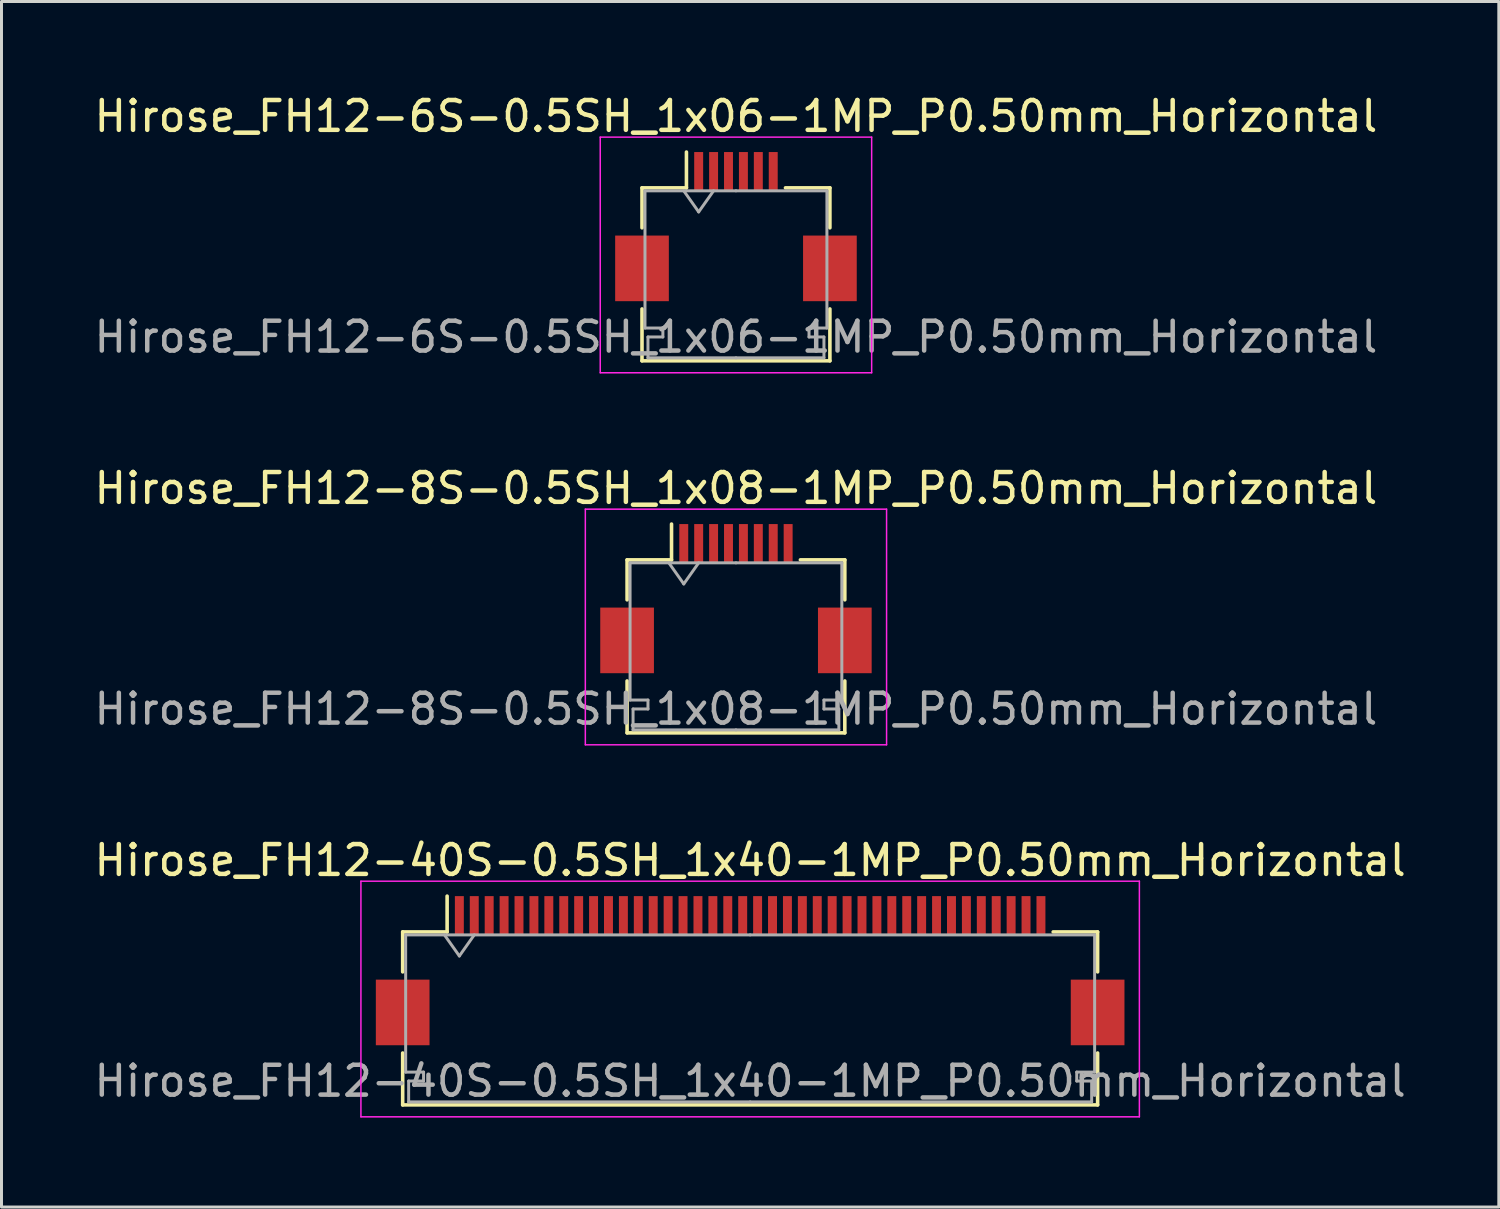
<source format=kicad_pcb>
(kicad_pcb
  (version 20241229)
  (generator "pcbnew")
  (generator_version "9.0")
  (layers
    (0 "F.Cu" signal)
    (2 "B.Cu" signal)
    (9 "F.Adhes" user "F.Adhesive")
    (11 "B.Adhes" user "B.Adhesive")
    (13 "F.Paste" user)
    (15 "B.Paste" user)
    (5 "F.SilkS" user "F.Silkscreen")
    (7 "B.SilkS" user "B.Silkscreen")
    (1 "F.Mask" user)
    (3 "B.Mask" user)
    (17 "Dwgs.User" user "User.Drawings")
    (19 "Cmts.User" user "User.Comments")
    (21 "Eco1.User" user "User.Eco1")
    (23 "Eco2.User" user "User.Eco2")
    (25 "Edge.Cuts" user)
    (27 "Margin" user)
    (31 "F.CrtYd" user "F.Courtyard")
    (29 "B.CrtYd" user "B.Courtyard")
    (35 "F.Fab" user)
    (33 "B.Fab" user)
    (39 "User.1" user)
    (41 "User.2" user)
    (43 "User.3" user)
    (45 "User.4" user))
  (footprint "Hirose_FH12-6S-0.5SH_1x06-1MP_P0.50mm_Horizontal"
    (layer "F.Cu")
    (at 21.625 4.548)
    (property "Reference" "Hirose_FH12-6S-0.5SH_1x06-1MP_P0.50mm_Horizontal" (at 0 -3.7 0) (layer "F.SilkS") (effects (font (size 1 1) (thickness 0.15))))
    (attr smd)
    (fp_line (start -3.15 -1.3) (end -3.15 0.04) (stroke (width 0.12) (type solid)) (layer "F.SilkS"))
    (fp_line (start -3.15 2.76) (end -3.15 4.5) (stroke (width 0.12) (type solid)) (layer "F.SilkS"))
    (fp_line (start -3.15 4.5) (end 3.15 4.5) (stroke (width 0.12) (type solid)) (layer "F.SilkS"))
    (fp_line (start -1.66 -1.3) (end -3.15 -1.3) (stroke (width 0.12) (type solid)) (layer "F.SilkS"))
    (fp_line (start -1.66 -1.3) (end -1.66 -2.5) (stroke (width 0.12) (type solid)) (layer "F.SilkS"))
    (fp_line (start 1.66 -1.3) (end 3.15 -1.3) (stroke (width 0.12) (type solid)) (layer "F.SilkS"))
    (fp_line (start 3.15 -1.3) (end 3.15 0.04) (stroke (width 0.12) (type solid)) (layer "F.SilkS"))
    (fp_line (start 3.15 4.5) (end 3.15 2.76) (stroke (width 0.12) (type solid)) (layer "F.SilkS"))
    (fp_line (start -4.55 -3) (end -4.55 4.9) (stroke (width 0.05) (type solid)) (layer "F.CrtYd"))
    (fp_line (start -4.55 4.9) (end 4.55 4.9) (stroke (width 0.05) (type solid)) (layer "F.CrtYd"))
    (fp_line (start 4.55 -3) (end -4.55 -3) (stroke (width 0.05) (type solid)) (layer "F.CrtYd"))
    (fp_line (start 4.55 4.9) (end 4.55 -3) (stroke (width 0.05) (type solid)) (layer "F.CrtYd"))
    (fp_line (start -3.05 -1.2) (end -3.05 3.4) (stroke (width 0.1) (type solid)) (layer "F.Fab"))
    (fp_line (start -3.05 3.4) (end -2.45 3.4) (stroke (width 0.1) (type solid)) (layer "F.Fab"))
    (fp_line (start -2.95 3.7) (end -2.95 4.4) (stroke (width 0.1) (type solid)) (layer "F.Fab"))
    (fp_line (start -2.95 4.4) (end 0 4.4) (stroke (width 0.1) (type solid)) (layer "F.Fab"))
    (fp_line (start -2.45 3.4) (end -2.45 3.7) (stroke (width 0.1) (type solid)) (layer "F.Fab"))
    (fp_line (start -2.45 3.7) (end -2.95 3.7) (stroke (width 0.1) (type solid)) (layer "F.Fab"))
    (fp_line (start -1.75 -1.2) (end -1.25 -0.493) (stroke (width 0.1) (type solid)) (layer "F.Fab"))
    (fp_line (start -1.25 -0.493) (end -0.75 -1.2) (stroke (width 0.1) (type solid)) (layer "F.Fab"))
    (fp_line (start 0 -1.2) (end -3.05 -1.2) (stroke (width 0.1) (type solid)) (layer "F.Fab"))
    (fp_line (start 0 -1.2) (end 3.05 -1.2) (stroke (width 0.1) (type solid)) (layer "F.Fab"))
    (fp_line (start 2.45 3.4) (end 2.45 3.7) (stroke (width 0.1) (type solid)) (layer "F.Fab"))
    (fp_line (start 2.45 3.7) (end 2.95 3.7) (stroke (width 0.1) (type solid)) (layer "F.Fab"))
    (fp_line (start 2.95 3.7) (end 2.95 4.4) (stroke (width 0.1) (type solid)) (layer "F.Fab"))
    (fp_line (start 2.95 4.4) (end 0 4.4) (stroke (width 0.1) (type solid)) (layer "F.Fab"))
    (fp_line (start 3.05 -1.2) (end 3.05 3.4) (stroke (width 0.1) (type solid)) (layer "F.Fab"))
    (fp_line (start 3.05 3.4) (end 2.45 3.4) (stroke (width 0.1) (type solid)) (layer "F.Fab"))
    (fp_text user "${REFERENCE}" (at 0 3.7 0) (layer "F.Fab") (effects (font (size 1 1) (thickness 0.15))))
    (pad "1" smd rect (at -1.25 -1.85) (size 0.3 1.3) (layers "F.Cu" "F.Mask" "F.Paste"))
    (pad "2" smd rect (at -0.75 -1.85) (size 0.3 1.3) (layers "F.Cu" "F.Mask" "F.Paste"))
    (pad "3" smd rect (at -0.25 -1.85) (size 0.3 1.3) (layers "F.Cu" "F.Mask" "F.Paste"))
    (pad "4" smd rect (at 0.25 -1.85) (size 0.3 1.3) (layers "F.Cu" "F.Mask" "F.Paste"))
    (pad "5" smd rect (at 0.75 -1.85) (size 0.3 1.3) (layers "F.Cu" "F.Mask" "F.Paste"))
    (pad "6" smd rect (at 1.25 -1.85) (size 0.3 1.3) (layers "F.Cu" "F.Mask" "F.Paste"))
    (pad "MP" smd rect (at -3.15 1.4) (size 1.8 2.2) (layers "F.Cu" "F.Mask" "F.Paste"))
    (pad "MP" smd rect (at 3.15 1.4) (size 1.8 2.2) (layers "F.Cu" "F.Mask" "F.Paste")))
  (footprint "Hirose_FH12-40S-0.5SH_1x40-1MP_P0.50mm_Horizontal"
    (layer "F.Cu")
    (at 22.101 29.495)
    (property "Reference" "Hirose_FH12-40S-0.5SH_1x40-1MP_P0.50mm_Horizontal" (at 0 -3.7 0) (layer "F.SilkS") (effects (font (size 1 1) (thickness 0.15))))
    (attr smd)
    (fp_line (start -11.65 -1.3) (end -11.65 0.04) (stroke (width 0.12) (type solid)) (layer "F.SilkS"))
    (fp_line (start -11.65 2.76) (end -11.65 4.5) (stroke (width 0.12) (type solid)) (layer "F.SilkS"))
    (fp_line (start -11.65 4.5) (end 11.65 4.5) (stroke (width 0.12) (type solid)) (layer "F.SilkS"))
    (fp_line (start -10.16 -1.3) (end -11.65 -1.3) (stroke (width 0.12) (type solid)) (layer "F.SilkS"))
    (fp_line (start -10.16 -1.3) (end -10.16 -2.5) (stroke (width 0.12) (type solid)) (layer "F.SilkS"))
    (fp_line (start 10.16 -1.3) (end 11.65 -1.3) (stroke (width 0.12) (type solid)) (layer "F.SilkS"))
    (fp_line (start 11.65 -1.3) (end 11.65 0.04) (stroke (width 0.12) (type solid)) (layer "F.SilkS"))
    (fp_line (start 11.65 4.5) (end 11.65 2.76) (stroke (width 0.12) (type solid)) (layer "F.SilkS"))
    (fp_line (start -13.05 -3) (end -13.05 4.9) (stroke (width 0.05) (type solid)) (layer "F.CrtYd"))
    (fp_line (start -13.05 4.9) (end 13.05 4.9) (stroke (width 0.05) (type solid)) (layer "F.CrtYd"))
    (fp_line (start 13.05 -3) (end -13.05 -3) (stroke (width 0.05) (type solid)) (layer "F.CrtYd"))
    (fp_line (start 13.05 4.9) (end 13.05 -3) (stroke (width 0.05) (type solid)) (layer "F.CrtYd"))
    (fp_line (start -11.55 -1.2) (end -11.55 3.4) (stroke (width 0.1) (type solid)) (layer "F.Fab"))
    (fp_line (start -11.55 3.4) (end -10.95 3.4) (stroke (width 0.1) (type solid)) (layer "F.Fab"))
    (fp_line (start -11.45 3.7) (end -11.45 4.4) (stroke (width 0.1) (type solid)) (layer "F.Fab"))
    (fp_line (start -11.45 4.4) (end 0 4.4) (stroke (width 0.1) (type solid)) (layer "F.Fab"))
    (fp_line (start -10.95 3.4) (end -10.95 3.7) (stroke (width 0.1) (type solid)) (layer "F.Fab"))
    (fp_line (start -10.95 3.7) (end -11.45 3.7) (stroke (width 0.1) (type solid)) (layer "F.Fab"))
    (fp_line (start -10.25 -1.2) (end -9.75 -0.493) (stroke (width 0.1) (type solid)) (layer "F.Fab"))
    (fp_line (start -9.75 -0.493) (end -9.25 -1.2) (stroke (width 0.1) (type solid)) (layer "F.Fab"))
    (fp_line (start 0 -1.2) (end -11.55 -1.2) (stroke (width 0.1) (type solid)) (layer "F.Fab"))
    (fp_line (start 0 -1.2) (end 11.55 -1.2) (stroke (width 0.1) (type solid)) (layer "F.Fab"))
    (fp_line (start 10.95 3.4) (end 10.95 3.7) (stroke (width 0.1) (type solid)) (layer "F.Fab"))
    (fp_line (start 10.95 3.7) (end 11.45 3.7) (stroke (width 0.1) (type solid)) (layer "F.Fab"))
    (fp_line (start 11.45 3.7) (end 11.45 4.4) (stroke (width 0.1) (type solid)) (layer "F.Fab"))
    (fp_line (start 11.45 4.4) (end 0 4.4) (stroke (width 0.1) (type solid)) (layer "F.Fab"))
    (fp_line (start 11.55 -1.2) (end 11.55 3.4) (stroke (width 0.1) (type solid)) (layer "F.Fab"))
    (fp_line (start 11.55 3.4) (end 10.95 3.4) (stroke (width 0.1) (type solid)) (layer "F.Fab"))
    (fp_text user "${REFERENCE}" (at 0 3.7 0) (layer "F.Fab") (effects (font (size 1 1) (thickness 0.15))))
    (pad "1" smd rect (at -9.75 -1.85) (size 0.3 1.3) (layers "F.Cu" "F.Mask" "F.Paste"))
    (pad "2" smd rect (at -9.25 -1.85) (size 0.3 1.3) (layers "F.Cu" "F.Mask" "F.Paste"))
    (pad "3" smd rect (at -8.75 -1.85) (size 0.3 1.3) (layers "F.Cu" "F.Mask" "F.Paste"))
    (pad "4" smd rect (at -8.25 -1.85) (size 0.3 1.3) (layers "F.Cu" "F.Mask" "F.Paste"))
    (pad "5" smd rect (at -7.75 -1.85) (size 0.3 1.3) (layers "F.Cu" "F.Mask" "F.Paste"))
    (pad "6" smd rect (at -7.25 -1.85) (size 0.3 1.3) (layers "F.Cu" "F.Mask" "F.Paste"))
    (pad "7" smd rect (at -6.75 -1.85) (size 0.3 1.3) (layers "F.Cu" "F.Mask" "F.Paste"))
    (pad "8" smd rect (at -6.25 -1.85) (size 0.3 1.3) (layers "F.Cu" "F.Mask" "F.Paste"))
    (pad "9" smd rect (at -5.75 -1.85) (size 0.3 1.3) (layers "F.Cu" "F.Mask" "F.Paste"))
    (pad "10" smd rect (at -5.25 -1.85) (size 0.3 1.3) (layers "F.Cu" "F.Mask" "F.Paste"))
    (pad "11" smd rect (at -4.75 -1.85) (size 0.3 1.3) (layers "F.Cu" "F.Mask" "F.Paste"))
    (pad "12" smd rect (at -4.25 -1.85) (size 0.3 1.3) (layers "F.Cu" "F.Mask" "F.Paste"))
    (pad "13" smd rect (at -3.75 -1.85) (size 0.3 1.3) (layers "F.Cu" "F.Mask" "F.Paste"))
    (pad "14" smd rect (at -3.25 -1.85) (size 0.3 1.3) (layers "F.Cu" "F.Mask" "F.Paste"))
    (pad "15" smd rect (at -2.75 -1.85) (size 0.3 1.3) (layers "F.Cu" "F.Mask" "F.Paste"))
    (pad "16" smd rect (at -2.25 -1.85) (size 0.3 1.3) (layers "F.Cu" "F.Mask" "F.Paste"))
    (pad "17" smd rect (at -1.75 -1.85) (size 0.3 1.3) (layers "F.Cu" "F.Mask" "F.Paste"))
    (pad "18" smd rect (at -1.25 -1.85) (size 0.3 1.3) (layers "F.Cu" "F.Mask" "F.Paste"))
    (pad "19" smd rect (at -0.75 -1.85) (size 0.3 1.3) (layers "F.Cu" "F.Mask" "F.Paste"))
    (pad "20" smd rect (at -0.25 -1.85) (size 0.3 1.3) (layers "F.Cu" "F.Mask" "F.Paste"))
    (pad "21" smd rect (at 0.25 -1.85) (size 0.3 1.3) (layers "F.Cu" "F.Mask" "F.Paste"))
    (pad "22" smd rect (at 0.75 -1.85) (size 0.3 1.3) (layers "F.Cu" "F.Mask" "F.Paste"))
    (pad "23" smd rect (at 1.25 -1.85) (size 0.3 1.3) (layers "F.Cu" "F.Mask" "F.Paste"))
    (pad "24" smd rect (at 1.75 -1.85) (size 0.3 1.3) (layers "F.Cu" "F.Mask" "F.Paste"))
    (pad "25" smd rect (at 2.25 -1.85) (size 0.3 1.3) (layers "F.Cu" "F.Mask" "F.Paste"))
    (pad "26" smd rect (at 2.75 -1.85) (size 0.3 1.3) (layers "F.Cu" "F.Mask" "F.Paste"))
    (pad "27" smd rect (at 3.25 -1.85) (size 0.3 1.3) (layers "F.Cu" "F.Mask" "F.Paste"))
    (pad "28" smd rect (at 3.75 -1.85) (size 0.3 1.3) (layers "F.Cu" "F.Mask" "F.Paste"))
    (pad "29" smd rect (at 4.25 -1.85) (size 0.3 1.3) (layers "F.Cu" "F.Mask" "F.Paste"))
    (pad "30" smd rect (at 4.75 -1.85) (size 0.3 1.3) (layers "F.Cu" "F.Mask" "F.Paste"))
    (pad "31" smd rect (at 5.25 -1.85) (size 0.3 1.3) (layers "F.Cu" "F.Mask" "F.Paste"))
    (pad "32" smd rect (at 5.75 -1.85) (size 0.3 1.3) (layers "F.Cu" "F.Mask" "F.Paste"))
    (pad "33" smd rect (at 6.25 -1.85) (size 0.3 1.3) (layers "F.Cu" "F.Mask" "F.Paste"))
    (pad "34" smd rect (at 6.75 -1.85) (size 0.3 1.3) (layers "F.Cu" "F.Mask" "F.Paste"))
    (pad "35" smd rect (at 7.25 -1.85) (size 0.3 1.3) (layers "F.Cu" "F.Mask" "F.Paste"))
    (pad "36" smd rect (at 7.75 -1.85) (size 0.3 1.3) (layers "F.Cu" "F.Mask" "F.Paste"))
    (pad "37" smd rect (at 8.25 -1.85) (size 0.3 1.3) (layers "F.Cu" "F.Mask" "F.Paste"))
    (pad "38" smd rect (at 8.75 -1.85) (size 0.3 1.3) (layers "F.Cu" "F.Mask" "F.Paste"))
    (pad "39" smd rect (at 9.25 -1.85) (size 0.3 1.3) (layers "F.Cu" "F.Mask" "F.Paste"))
    (pad "40" smd rect (at 9.75 -1.85) (size 0.3 1.3) (layers "F.Cu" "F.Mask" "F.Paste"))
    (pad "MP" smd rect (at -11.65 1.4) (size 1.8 2.2) (layers "F.Cu" "F.Mask" "F.Paste"))
    (pad "MP" smd rect (at 11.65 1.4) (size 1.8 2.2) (layers "F.Cu" "F.Mask" "F.Paste")))
  (footprint "Hirose_FH12-8S-0.5SH_1x08-1MP_P0.50mm_Horizontal"
    (layer "F.Cu")
    (at 21.625 17.021)
    (property "Reference" "Hirose_FH12-8S-0.5SH_1x08-1MP_P0.50mm_Horizontal" (at 0 -3.7 0) (layer "F.SilkS") (effects (font (size 1 1) (thickness 0.15))))
    (attr smd)
    (fp_line (start -3.65 -1.3) (end -3.65 0.04) (stroke (width 0.12) (type solid)) (layer "F.SilkS"))
    (fp_line (start -3.65 2.76) (end -3.65 4.5) (stroke (width 0.12) (type solid)) (layer "F.SilkS"))
    (fp_line (start -3.65 4.5) (end 3.65 4.5) (stroke (width 0.12) (type solid)) (layer "F.SilkS"))
    (fp_line (start -2.16 -1.3) (end -3.65 -1.3) (stroke (width 0.12) (type solid)) (layer "F.SilkS"))
    (fp_line (start -2.16 -1.3) (end -2.16 -2.5) (stroke (width 0.12) (type solid)) (layer "F.SilkS"))
    (fp_line (start 2.16 -1.3) (end 3.65 -1.3) (stroke (width 0.12) (type solid)) (layer "F.SilkS"))
    (fp_line (start 3.65 -1.3) (end 3.65 0.04) (stroke (width 0.12) (type solid)) (layer "F.SilkS"))
    (fp_line (start 3.65 4.5) (end 3.65 2.76) (stroke (width 0.12) (type solid)) (layer "F.SilkS"))
    (fp_line (start -5.05 -3) (end -5.05 4.9) (stroke (width 0.05) (type solid)) (layer "F.CrtYd"))
    (fp_line (start -5.05 4.9) (end 5.05 4.9) (stroke (width 0.05) (type solid)) (layer "F.CrtYd"))
    (fp_line (start 5.05 -3) (end -5.05 -3) (stroke (width 0.05) (type solid)) (layer "F.CrtYd"))
    (fp_line (start 5.05 4.9) (end 5.05 -3) (stroke (width 0.05) (type solid)) (layer "F.CrtYd"))
    (fp_line (start -3.55 -1.2) (end -3.55 3.4) (stroke (width 0.1) (type solid)) (layer "F.Fab"))
    (fp_line (start -3.55 3.4) (end -2.95 3.4) (stroke (width 0.1) (type solid)) (layer "F.Fab"))
    (fp_line (start -3.45 3.7) (end -3.45 4.4) (stroke (width 0.1) (type solid)) (layer "F.Fab"))
    (fp_line (start -3.45 4.4) (end 0 4.4) (stroke (width 0.1) (type solid)) (layer "F.Fab"))
    (fp_line (start -2.95 3.4) (end -2.95 3.7) (stroke (width 0.1) (type solid)) (layer "F.Fab"))
    (fp_line (start -2.95 3.7) (end -3.45 3.7) (stroke (width 0.1) (type solid)) (layer "F.Fab"))
    (fp_line (start -2.25 -1.2) (end -1.75 -0.493) (stroke (width 0.1) (type solid)) (layer "F.Fab"))
    (fp_line (start -1.75 -0.493) (end -1.25 -1.2) (stroke (width 0.1) (type solid)) (layer "F.Fab"))
    (fp_line (start 0 -1.2) (end -3.55 -1.2) (stroke (width 0.1) (type solid)) (layer "F.Fab"))
    (fp_line (start 0 -1.2) (end 3.55 -1.2) (stroke (width 0.1) (type solid)) (layer "F.Fab"))
    (fp_line (start 2.95 3.4) (end 2.95 3.7) (stroke (width 0.1) (type solid)) (layer "F.Fab"))
    (fp_line (start 2.95 3.7) (end 3.45 3.7) (stroke (width 0.1) (type solid)) (layer "F.Fab"))
    (fp_line (start 3.45 3.7) (end 3.45 4.4) (stroke (width 0.1) (type solid)) (layer "F.Fab"))
    (fp_line (start 3.45 4.4) (end 0 4.4) (stroke (width 0.1) (type solid)) (layer "F.Fab"))
    (fp_line (start 3.55 -1.2) (end 3.55 3.4) (stroke (width 0.1) (type solid)) (layer "F.Fab"))
    (fp_line (start 3.55 3.4) (end 2.95 3.4) (stroke (width 0.1) (type solid)) (layer "F.Fab"))
    (fp_text user "${REFERENCE}" (at 0 3.7 0) (layer "F.Fab") (effects (font (size 1 1) (thickness 0.15))))
    (pad "1" smd rect (at -1.75 -1.85) (size 0.3 1.3) (layers "F.Cu" "F.Mask" "F.Paste"))
    (pad "2" smd rect (at -1.25 -1.85) (size 0.3 1.3) (layers "F.Cu" "F.Mask" "F.Paste"))
    (pad "3" smd rect (at -0.75 -1.85) (size 0.3 1.3) (layers "F.Cu" "F.Mask" "F.Paste"))
    (pad "4" smd rect (at -0.25 -1.85) (size 0.3 1.3) (layers "F.Cu" "F.Mask" "F.Paste"))
    (pad "5" smd rect (at 0.25 -1.85) (size 0.3 1.3) (layers "F.Cu" "F.Mask" "F.Paste"))
    (pad "6" smd rect (at 0.75 -1.85) (size 0.3 1.3) (layers "F.Cu" "F.Mask" "F.Paste"))
    (pad "7" smd rect (at 1.25 -1.85) (size 0.3 1.3) (layers "F.Cu" "F.Mask" "F.Paste"))
    (pad "8" smd rect (at 1.75 -1.85) (size 0.3 1.3) (layers "F.Cu" "F.Mask" "F.Paste"))
    (pad "MP" smd rect (at -3.65 1.4) (size 1.8 2.2) (layers "F.Cu" "F.Mask" "F.Paste"))
    (pad "MP" smd rect (at 3.65 1.4) (size 1.8 2.2) (layers "F.Cu" "F.Mask" "F.Paste")))
  (gr_rect
    (start -3 -3)
    (end 47.202 37.42)
    (stroke (width 0.1) (type default))
    (fill no)
    (layer "Edge.Cuts")))
</source>
